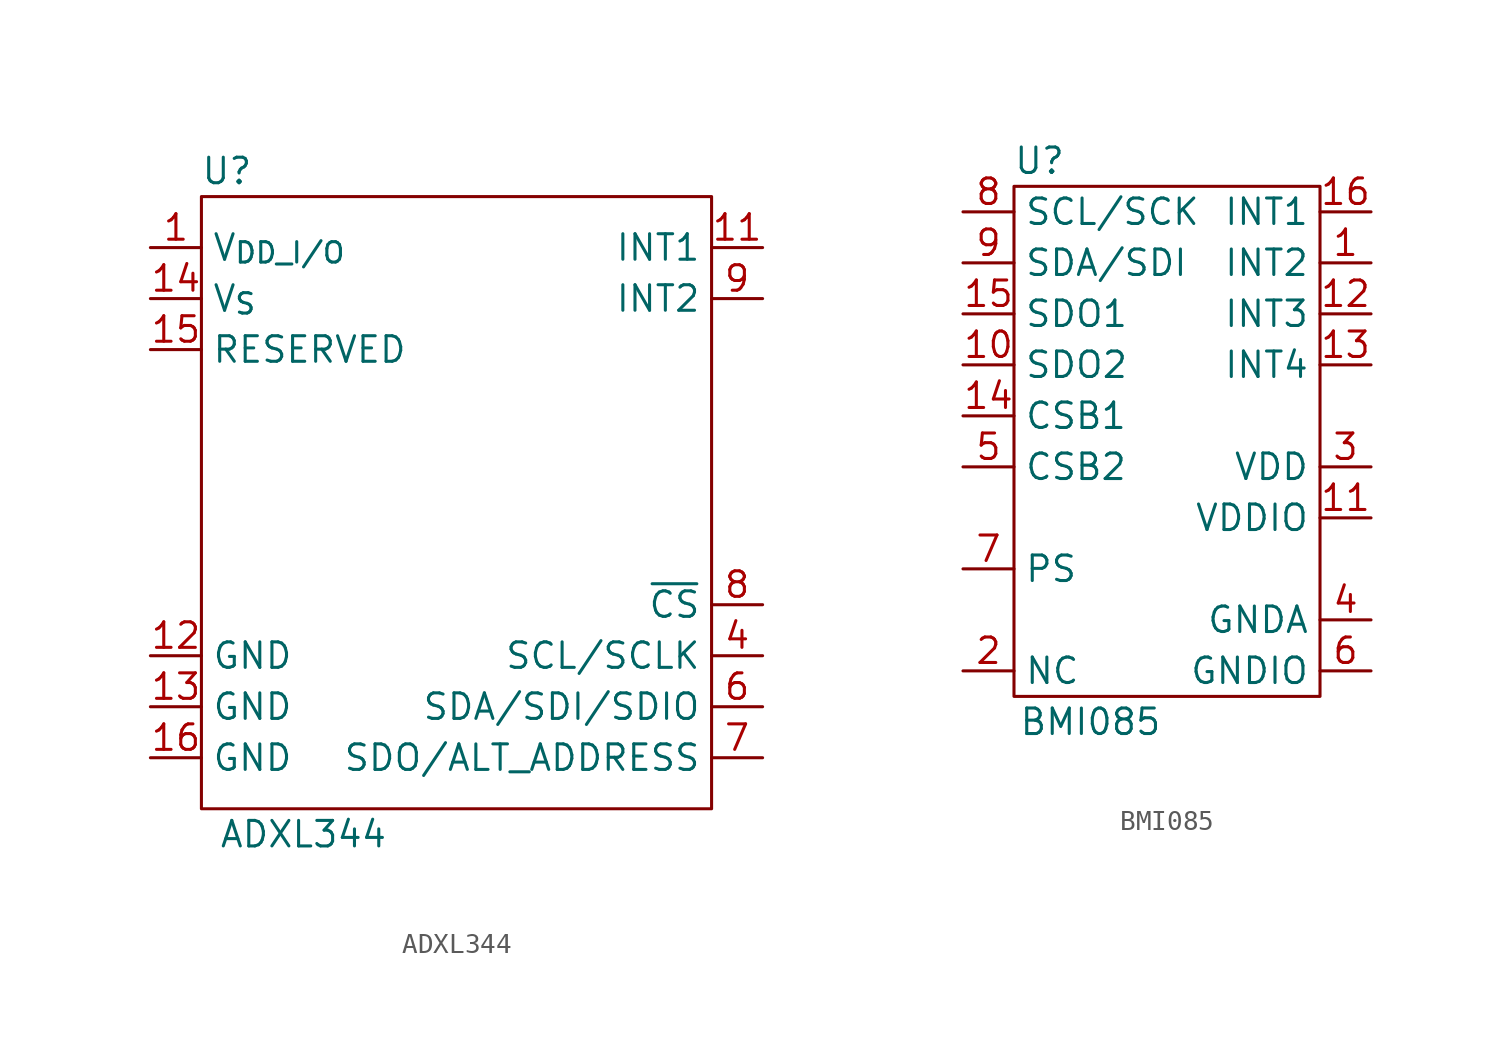
<source format=kicad_sym>
(kicad_symbol_lib
  (version 20211014)
  (generator kicad_symbol_editor)
  (symbol "ADXL344"
    (property "Reference" "U"
      (at -11.43 16.51 0)
      (effects (font (size 1.27 1.27))))
    (property "Value" "ADXL344"
      (at -7.62 -16.51 0)
      (effects (font (size 1.27 1.27))))
    (symbol "ADXL344_0_1"
      (rectangle (start -12.7 15.24) (end 12.7 -15.24) (stroke (width 0) (type default) (color 0 0 0 0)) (fill (type none))))
    (symbol "ADXL344_1_1"
      (pin power_in line (at -15.24 12.7 0) (length 2.54) (name "V_{DD_I/O}" (effects (font (size 1.27 1.27)))) (number "1" (effects (font (size 1.27 1.27)))))
      (pin output line (at 15.24 12.7 180) (length 2.54) (name "INT1" (effects (font (size 1.27 1.27)))) (number "11" (effects (font (size 1.27 1.27)))))
      (pin power_in line (at -15.24 -7.62 0) (length 2.54) (name "GND" (effects (font (size 1.27 1.27)))) (number "12" (effects (font (size 1.27 1.27)))))
      (pin power_in line (at -15.24 -10.16 0) (length 2.54) (name "GND" (effects (font (size 1.27 1.27)))) (number "13" (effects (font (size 1.27 1.27)))))
      (pin power_in line (at -15.24 10.16 0) (length 2.54) (name "V_{S}" (effects (font (size 1.27 1.27)))) (number "14" (effects (font (size 1.27 1.27)))))
      (pin passive line (at -15.24 7.62 0) (length 2.54) (name "RESERVED" (effects (font (size 1.27 1.27)))) (number "15" (effects (font (size 1.27 1.27)))))
      (pin power_in line (at -15.24 -12.7 0) (length 2.54) (name "GND" (effects (font (size 1.27 1.27)))) (number "16" (effects (font (size 1.27 1.27)))))
      (pin input line (at 15.24 -7.62 180) (length 2.54) (name "SCL/SCLK" (effects (font (size 1.27 1.27)))) (number "4" (effects (font (size 1.27 1.27)))))
      (pin bidirectional line (at 15.24 -10.16 180) (length 2.54) (name "SDA/SDI/SDIO" (effects (font (size 1.27 1.27)))) (number "6" (effects (font (size 1.27 1.27)))))
      (pin bidirectional line (at 15.24 -12.7 180) (length 2.54) (name "SDO/ALT_ADDRESS" (effects (font (size 1.27 1.27)))) (number "7" (effects (font (size 1.27 1.27)))))
      (pin input line (at 15.24 -5.08 180) (length 2.54) (name "~{CS}" (effects (font (size 1.27 1.27)))) (number "8" (effects (font (size 1.27 1.27)))))
      (pin output line (at 15.24 10.16 180) (length 2.54) (name "INT2" (effects (font (size 1.27 1.27)))) (number "9" (effects (font (size 1.27 1.27)))))))
  (symbol "BMI085"
    (property "Reference" "U"
      (at -6.35 13.97 0)
      (effects (font (size 1.27 1.27))))
    (property "Value" "BMI085"
      (at -3.81 -13.97 0)
      (effects (font (size 1.27 1.27))))
    (symbol "BMI085_0_1"
      (rectangle (start -7.62 12.7) (end 7.62 -12.7) (stroke (width 0) (type default) (color 0 0 0 0)) (fill (type none))))
    (symbol "BMI085_1_1"
      (pin bidirectional line (at 10.16 8.89 180) (length 2.54) (name "INT2" (effects (font (size 1.27 1.27)))) (number "1" (effects (font (size 1.27 1.27)))))
      (pin output line (at -10.16 3.81 0) (length 2.54) (name "SDO2" (effects (font (size 1.27 1.27)))) (number "10" (effects (font (size 1.27 1.27)))))
      (pin power_in line (at 10.16 -3.81 180) (length 2.54) (name "VDDIO" (effects (font (size 1.27 1.27)))) (number "11" (effects (font (size 1.27 1.27)))))
      (pin bidirectional line (at 10.16 6.35 180) (length 2.54) (name "INT3" (effects (font (size 1.27 1.27)))) (number "12" (effects (font (size 1.27 1.27)))))
      (pin bidirectional line (at 10.16 3.81 180) (length 2.54) (name "INT4" (effects (font (size 1.27 1.27)))) (number "13" (effects (font (size 1.27 1.27)))))
      (pin input line (at -10.16 1.27 0) (length 2.54) (name "CSB1" (effects (font (size 1.27 1.27)))) (number "14" (effects (font (size 1.27 1.27)))))
      (pin output line (at -10.16 6.35 0) (length 2.54) (name "SDO1" (effects (font (size 1.27 1.27)))) (number "15" (effects (font (size 1.27 1.27)))))
      (pin bidirectional line (at 10.16 11.43 180) (length 2.54) (name "INT1" (effects (font (size 1.27 1.27)))) (number "16" (effects (font (size 1.27 1.27)))))
      (pin passive line (at -10.16 -11.43 0) (length 2.54) (name "NC" (effects (font (size 1.27 1.27)))) (number "2" (effects (font (size 1.27 1.27)))))
      (pin power_in line (at 10.16 -1.27 180) (length 2.54) (name "VDD" (effects (font (size 1.27 1.27)))) (number "3" (effects (font (size 1.27 1.27)))))
      (pin power_in line (at 10.16 -8.89 180) (length 2.54) (name "GNDA" (effects (font (size 1.27 1.27)))) (number "4" (effects (font (size 1.27 1.27)))))
      (pin input line (at -10.16 -1.27 0) (length 2.54) (name "CSB2" (effects (font (size 1.27 1.27)))) (number "5" (effects (font (size 1.27 1.27)))))
      (pin power_in line (at 10.16 -11.43 180) (length 2.54) (name "GNDIO" (effects (font (size 1.27 1.27)))) (number "6" (effects (font (size 1.27 1.27)))))
      (pin input line (at -10.16 -6.35 0) (length 2.54) (name "PS" (effects (font (size 1.27 1.27)))) (number "7" (effects (font (size 1.27 1.27)))))
      (pin input line (at -10.16 11.43 0) (length 2.54) (name "SCL/SCK" (effects (font (size 1.27 1.27)))) (number "8" (effects (font (size 1.27 1.27)))))
      (pin bidirectional line (at -10.16 8.89 0) (length 2.54) (name "SDA/SDI" (effects (font (size 1.27 1.27)))) (number "9" (effects (font (size 1.27 1.27))))))))
</source>
